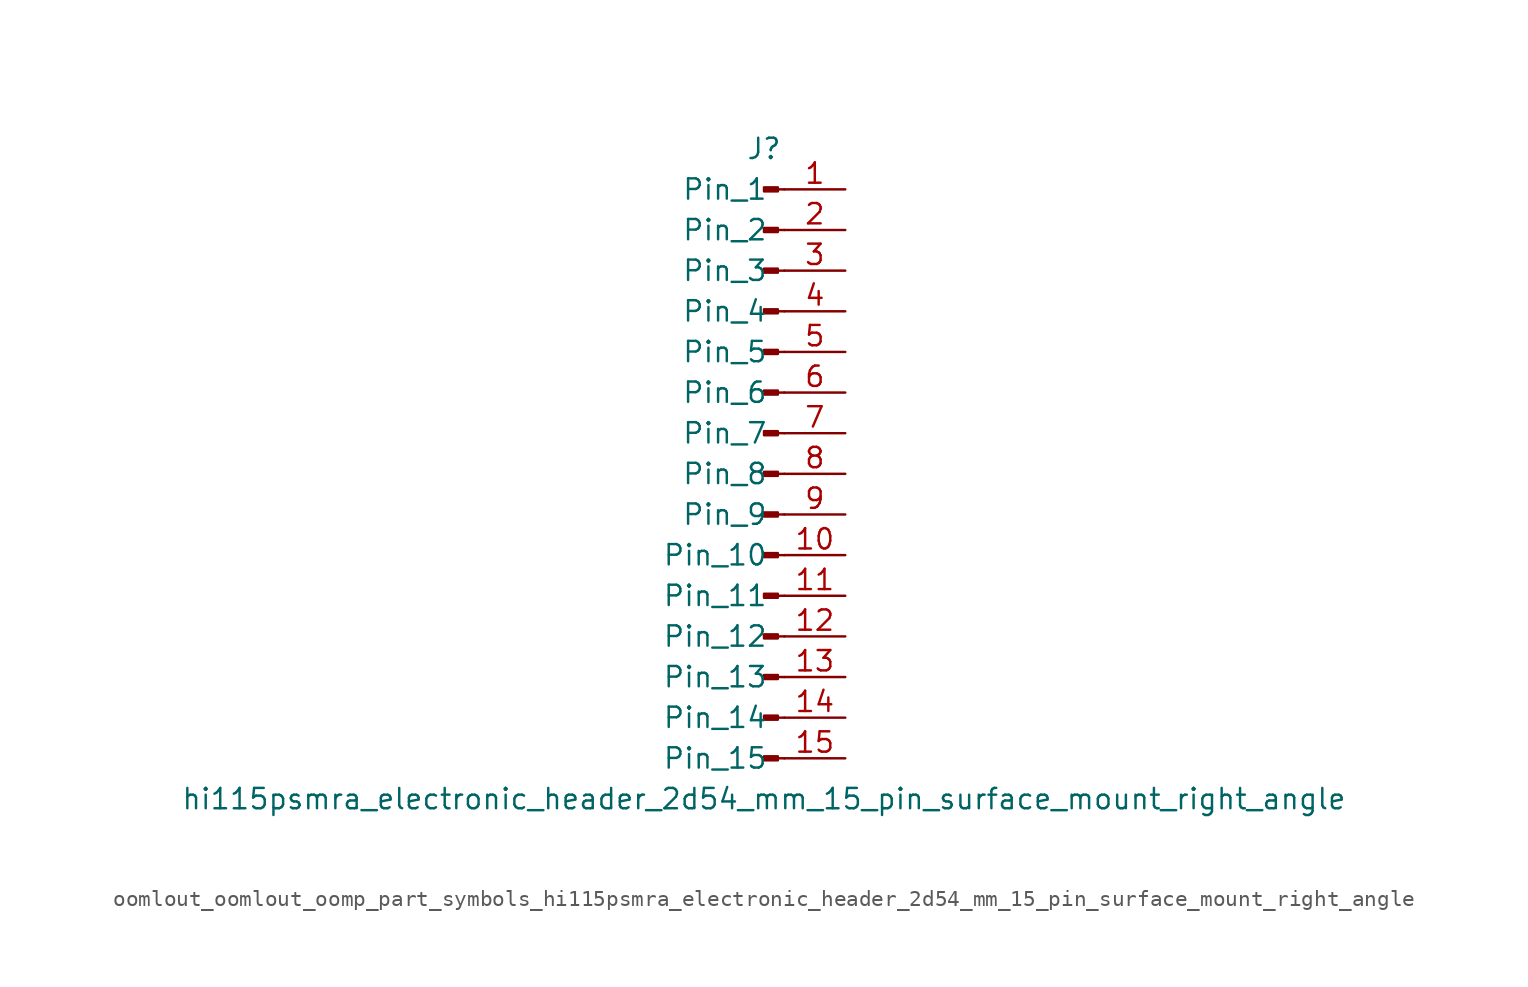
<source format=kicad_sym>
(kicad_symbol_lib
  (version 20220914)
  (generator kicad_symbol_editor)
  (symbol "oomlout_oomlout_oomp_part_symbols_hi115psmra_electronic_header_2d54_mm_15_pin_surface_mount_right_angle"
    (pin_names
      (offset 1.016))
    (property "Reference" "J"
      (at 0 20.32 0)
      (effects (font (size 1.27 1.27))))
    (property "Value" "hi115psmra_electronic_header_2d54_mm_15_pin_surface_mount_right_angle"
      (at 0 -20.32 0)
      (effects (font (size 1.27 1.27))))
    (property "ki_locked" ""
      (at 0 0 0)
      (effects (font (size 1.27 1.27))))
    (symbol "oomlout_oomlout_oomp_part_symbols_hi115psmra_electronic_header_2d54_mm_15_pin_surface_mount_right_angle_1_1"
      (polyline (pts (xy 1.27 -17.78) (xy 0.864 -17.78)) (stroke (width 0.152) (type default)) (fill (type none)))
      (polyline (pts (xy 1.27 -15.24) (xy 0.864 -15.24)) (stroke (width 0.152) (type default)) (fill (type none)))
      (polyline (pts (xy 1.27 -12.7) (xy 0.864 -12.7)) (stroke (width 0.152) (type default)) (fill (type none)))
      (polyline (pts (xy 1.27 -10.16) (xy 0.864 -10.16)) (stroke (width 0.152) (type default)) (fill (type none)))
      (polyline (pts (xy 1.27 -7.62) (xy 0.864 -7.62)) (stroke (width 0.152) (type default)) (fill (type none)))
      (polyline (pts (xy 1.27 -5.08) (xy 0.864 -5.08)) (stroke (width 0.152) (type default)) (fill (type none)))
      (polyline (pts (xy 1.27 -2.54) (xy 0.864 -2.54)) (stroke (width 0.152) (type default)) (fill (type none)))
      (polyline (pts (xy 1.27 0) (xy 0.864 0)) (stroke (width 0.152) (type default)) (fill (type none)))
      (polyline (pts (xy 1.27 2.54) (xy 0.864 2.54)) (stroke (width 0.152) (type default)) (fill (type none)))
      (polyline (pts (xy 1.27 5.08) (xy 0.864 5.08)) (stroke (width 0.152) (type default)) (fill (type none)))
      (polyline (pts (xy 1.27 7.62) (xy 0.864 7.62)) (stroke (width 0.152) (type default)) (fill (type none)))
      (polyline (pts (xy 1.27 10.16) (xy 0.864 10.16)) (stroke (width 0.152) (type default)) (fill (type none)))
      (polyline (pts (xy 1.27 12.7) (xy 0.864 12.7)) (stroke (width 0.152) (type default)) (fill (type none)))
      (polyline (pts (xy 1.27 15.24) (xy 0.864 15.24)) (stroke (width 0.152) (type default)) (fill (type none)))
      (polyline (pts (xy 1.27 17.78) (xy 0.864 17.78)) (stroke (width 0.152) (type default)) (fill (type none)))
      (rectangle (start 0.864 -17.653) (end 0 -17.907) (stroke (width 0.152) (type default)) (fill (type outline)))
      (rectangle (start 0.864 -15.113) (end 0 -15.367) (stroke (width 0.152) (type default)) (fill (type outline)))
      (rectangle (start 0.864 -12.573) (end 0 -12.827) (stroke (width 0.152) (type default)) (fill (type outline)))
      (rectangle (start 0.864 -10.033) (end 0 -10.287) (stroke (width 0.152) (type default)) (fill (type outline)))
      (rectangle (start 0.864 -7.493) (end 0 -7.747) (stroke (width 0.152) (type default)) (fill (type outline)))
      (rectangle (start 0.864 -4.953) (end 0 -5.207) (stroke (width 0.152) (type default)) (fill (type outline)))
      (rectangle (start 0.864 -2.413) (end 0 -2.667) (stroke (width 0.152) (type default)) (fill (type outline)))
      (rectangle (start 0.864 0.127) (end 0 -0.127) (stroke (width 0.152) (type default)) (fill (type outline)))
      (rectangle (start 0.864 2.667) (end 0 2.413) (stroke (width 0.152) (type default)) (fill (type outline)))
      (rectangle (start 0.864 5.207) (end 0 4.953) (stroke (width 0.152) (type default)) (fill (type outline)))
      (rectangle (start 0.864 7.747) (end 0 7.493) (stroke (width 0.152) (type default)) (fill (type outline)))
      (rectangle (start 0.864 10.287) (end 0 10.033) (stroke (width 0.152) (type default)) (fill (type outline)))
      (rectangle (start 0.864 12.827) (end 0 12.573) (stroke (width 0.152) (type default)) (fill (type outline)))
      (rectangle (start 0.864 15.367) (end 0 15.113) (stroke (width 0.152) (type default)) (fill (type outline)))
      (rectangle (start 0.864 17.907) (end 0 17.653) (stroke (width 0.152) (type default)) (fill (type outline)))
      (pin passive line (at 5.08 17.78 180) (length 3.81) (name "Pin_1" (effects (font (size 1.27 1.27)))) (number "1" (effects (font (size 1.27 1.27)))))
      (pin passive line (at 5.08 -5.08 180) (length 3.81) (name "Pin_10" (effects (font (size 1.27 1.27)))) (number "10" (effects (font (size 1.27 1.27)))))
      (pin passive line (at 5.08 -7.62 180) (length 3.81) (name "Pin_11" (effects (font (size 1.27 1.27)))) (number "11" (effects (font (size 1.27 1.27)))))
      (pin passive line (at 5.08 -10.16 180) (length 3.81) (name "Pin_12" (effects (font (size 1.27 1.27)))) (number "12" (effects (font (size 1.27 1.27)))))
      (pin passive line (at 5.08 -12.7 180) (length 3.81) (name "Pin_13" (effects (font (size 1.27 1.27)))) (number "13" (effects (font (size 1.27 1.27)))))
      (pin passive line (at 5.08 -15.24 180) (length 3.81) (name "Pin_14" (effects (font (size 1.27 1.27)))) (number "14" (effects (font (size 1.27 1.27)))))
      (pin passive line (at 5.08 -17.78 180) (length 3.81) (name "Pin_15" (effects (font (size 1.27 1.27)))) (number "15" (effects (font (size 1.27 1.27)))))
      (pin passive line (at 5.08 15.24 180) (length 3.81) (name "Pin_2" (effects (font (size 1.27 1.27)))) (number "2" (effects (font (size 1.27 1.27)))))
      (pin passive line (at 5.08 12.7 180) (length 3.81) (name "Pin_3" (effects (font (size 1.27 1.27)))) (number "3" (effects (font (size 1.27 1.27)))))
      (pin passive line (at 5.08 10.16 180) (length 3.81) (name "Pin_4" (effects (font (size 1.27 1.27)))) (number "4" (effects (font (size 1.27 1.27)))))
      (pin passive line (at 5.08 7.62 180) (length 3.81) (name "Pin_5" (effects (font (size 1.27 1.27)))) (number "5" (effects (font (size 1.27 1.27)))))
      (pin passive line (at 5.08 5.08 180) (length 3.81) (name "Pin_6" (effects (font (size 1.27 1.27)))) (number "6" (effects (font (size 1.27 1.27)))))
      (pin passive line (at 5.08 2.54 180) (length 3.81) (name "Pin_7" (effects (font (size 1.27 1.27)))) (number "7" (effects (font (size 1.27 1.27)))))
      (pin passive line (at 5.08 0 180) (length 3.81) (name "Pin_8" (effects (font (size 1.27 1.27)))) (number "8" (effects (font (size 1.27 1.27)))))
      (pin passive line (at 5.08 -2.54 180) (length 3.81) (name "Pin_9" (effects (font (size 1.27 1.27)))) (number "9" (effects (font (size 1.27 1.27))))))))
</source>
